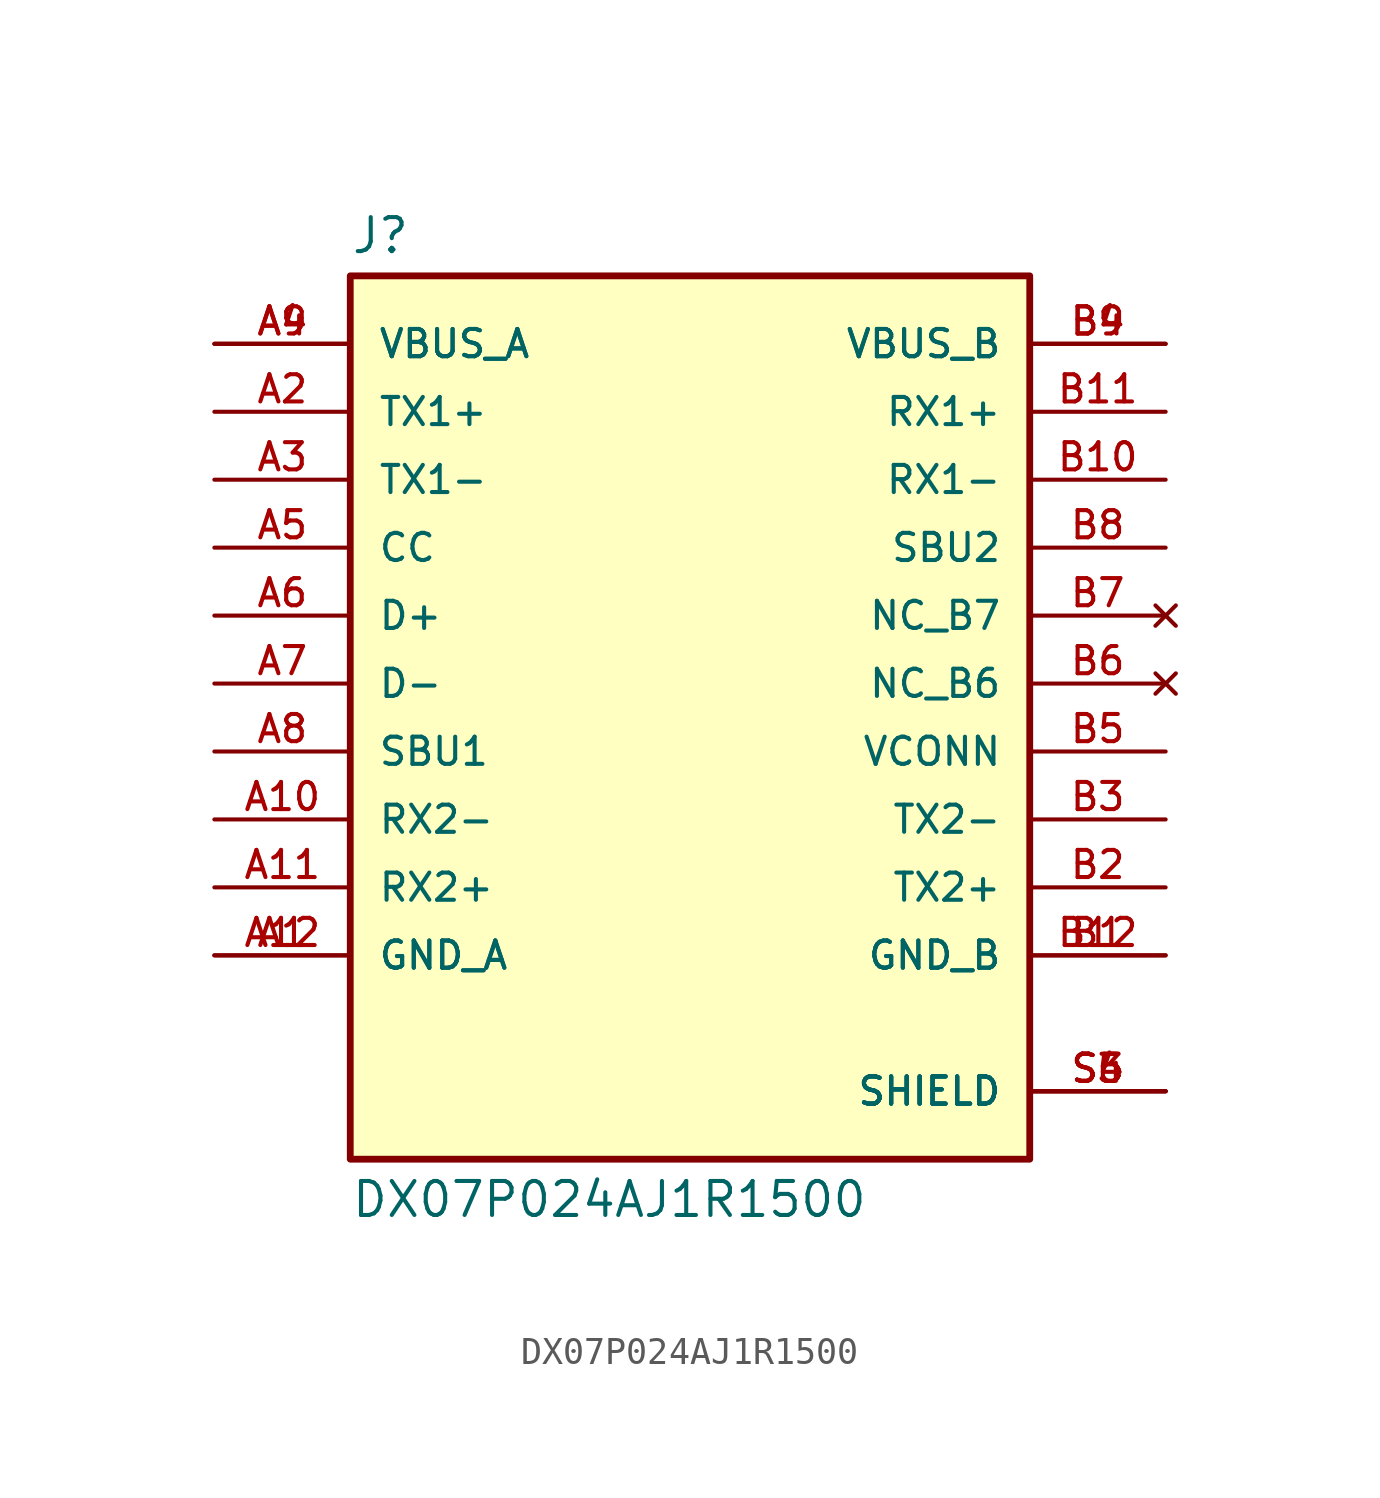
<source format=kicad_sym>
(kicad_symbol_lib
  (version 20211014)
  (generator kicad_symbol_editor)
  (symbol "DX07P024AJ1R1500"
    (pin_names
      (offset 1.016))
    (property "Reference" "J"
      (at -12.7 16.002 0)
      (effects (font (size 1.27 1.27)) (justify bottom left)))
    (property "Value" "DX07P024AJ1R1500"
      (at -12.7 -18.542 0.0)
      (effects (font (size 1.27 1.27)) (justify top left)))
    (symbol "DX07P024AJ1R1500_0_0"
      (rectangle (start -12.7 -17.78) (end 12.7 15.24) (stroke (width 0.254)) (fill (type background)))
      (pin power_in line (at -17.78 -10.16 0) (length 5.08) (name "GND_A" (effects (font (size 1.016 1.016)))) (number "A1" (effects (font (size 1.016 1.016)))))
      (pin power_in line (at -17.78 -10.16 0) (length 5.08) (name "GND_A" (effects (font (size 1.016 1.016)))) (number "A12" (effects (font (size 1.016 1.016)))))
      (pin bidirectional line (at -17.78 7.62 0) (length 5.08) (name "TX1-" (effects (font (size 1.016 1.016)))) (number "A3" (effects (font (size 1.016 1.016)))))
      (pin bidirectional line (at -17.78 10.16 0) (length 5.08) (name "TX1+" (effects (font (size 1.016 1.016)))) (number "A2" (effects (font (size 1.016 1.016)))))
      (pin power_in line (at -17.78 12.7 0) (length 5.08) (name "VBUS_A" (effects (font (size 1.016 1.016)))) (number "A4" (effects (font (size 1.016 1.016)))))
      (pin power_in line (at -17.78 12.7 0) (length 5.08) (name "VBUS_A" (effects (font (size 1.016 1.016)))) (number "A9" (effects (font (size 1.016 1.016)))))
      (pin bidirectional line (at -17.78 2.54 0) (length 5.08) (name "D+" (effects (font (size 1.016 1.016)))) (number "A6" (effects (font (size 1.016 1.016)))))
      (pin bidirectional line (at -17.78 5.08 0) (length 5.08) (name "CC" (effects (font (size 1.016 1.016)))) (number "A5" (effects (font (size 1.016 1.016)))))
      (pin bidirectional line (at -17.78 -2.54 0) (length 5.08) (name "SBU1" (effects (font (size 1.016 1.016)))) (number "A8" (effects (font (size 1.016 1.016)))))
      (pin bidirectional line (at -17.78 0.0 0) (length 5.08) (name "D-" (effects (font (size 1.016 1.016)))) (number "A7" (effects (font (size 1.016 1.016)))))
      (pin bidirectional line (at -17.78 -5.08 0) (length 5.08) (name "RX2-" (effects (font (size 1.016 1.016)))) (number "A10" (effects (font (size 1.016 1.016)))))
      (pin bidirectional line (at -17.78 -7.62 0) (length 5.08) (name "RX2+" (effects (font (size 1.016 1.016)))) (number "A11" (effects (font (size 1.016 1.016)))))
      (pin passive line (at 17.78 -15.24 180.0) (length 5.08) (name "SHIELD" (effects (font (size 1.016 1.016)))) (number "S3" (effects (font (size 1.016 1.016)))))
      (pin passive line (at 17.78 -15.24 180.0) (length 5.08) (name "SHIELD" (effects (font (size 1.016 1.016)))) (number "S4" (effects (font (size 1.016 1.016)))))
      (pin passive line (at 17.78 -15.24 180.0) (length 5.08) (name "SHIELD" (effects (font (size 1.016 1.016)))) (number "S5" (effects (font (size 1.016 1.016)))))
      (pin passive line (at 17.78 -15.24 180.0) (length 5.08) (name "SHIELD" (effects (font (size 1.016 1.016)))) (number "S6" (effects (font (size 1.016 1.016)))))
      (pin power_in line (at 17.78 -10.16 180.0) (length 5.08) (name "GND_B" (effects (font (size 1.016 1.016)))) (number "B1" (effects (font (size 1.016 1.016)))))
      (pin power_in line (at 17.78 -10.16 180.0) (length 5.08) (name "GND_B" (effects (font (size 1.016 1.016)))) (number "B12" (effects (font (size 1.016 1.016)))))
      (pin bidirectional line (at 17.78 -5.08 180.0) (length 5.08) (name "TX2-" (effects (font (size 1.016 1.016)))) (number "B3" (effects (font (size 1.016 1.016)))))
      (pin bidirectional line (at 17.78 -7.62 180.0) (length 5.08) (name "TX2+" (effects (font (size 1.016 1.016)))) (number "B2" (effects (font (size 1.016 1.016)))))
      (pin power_in line (at 17.78 12.7 180.0) (length 5.08) (name "VBUS_B" (effects (font (size 1.016 1.016)))) (number "B4" (effects (font (size 1.016 1.016)))))
      (pin power_in line (at 17.78 12.7 180.0) (length 5.08) (name "VBUS_B" (effects (font (size 1.016 1.016)))) (number "B9" (effects (font (size 1.016 1.016)))))
      (pin bidirectional line (at 17.78 -2.54 180.0) (length 5.08) (name "VCONN" (effects (font (size 1.016 1.016)))) (number "B5" (effects (font (size 1.016 1.016)))))
      (pin bidirectional line (at 17.78 5.08 180.0) (length 5.08) (name "SBU2" (effects (font (size 1.016 1.016)))) (number "B8" (effects (font (size 1.016 1.016)))))
      (pin bidirectional line (at 17.78 7.62 180.0) (length 5.08) (name "RX1-" (effects (font (size 1.016 1.016)))) (number "B10" (effects (font (size 1.016 1.016)))))
      (pin bidirectional line (at 17.78 10.16 180.0) (length 5.08) (name "RX1+" (effects (font (size 1.016 1.016)))) (number "B11" (effects (font (size 1.016 1.016)))))
      (pin no_connect line (at 17.78 2.54 180.0) (length 5.08) (name "NC_B7" (effects (font (size 1.016 1.016)))) (number "B7" (effects (font (size 1.016 1.016)))))
      (pin no_connect line (at 17.78 0.0 180.0) (length 5.08) (name "NC_B6" (effects (font (size 1.016 1.016)))) (number "B6" (effects (font (size 1.016 1.016))))))))
</source>
